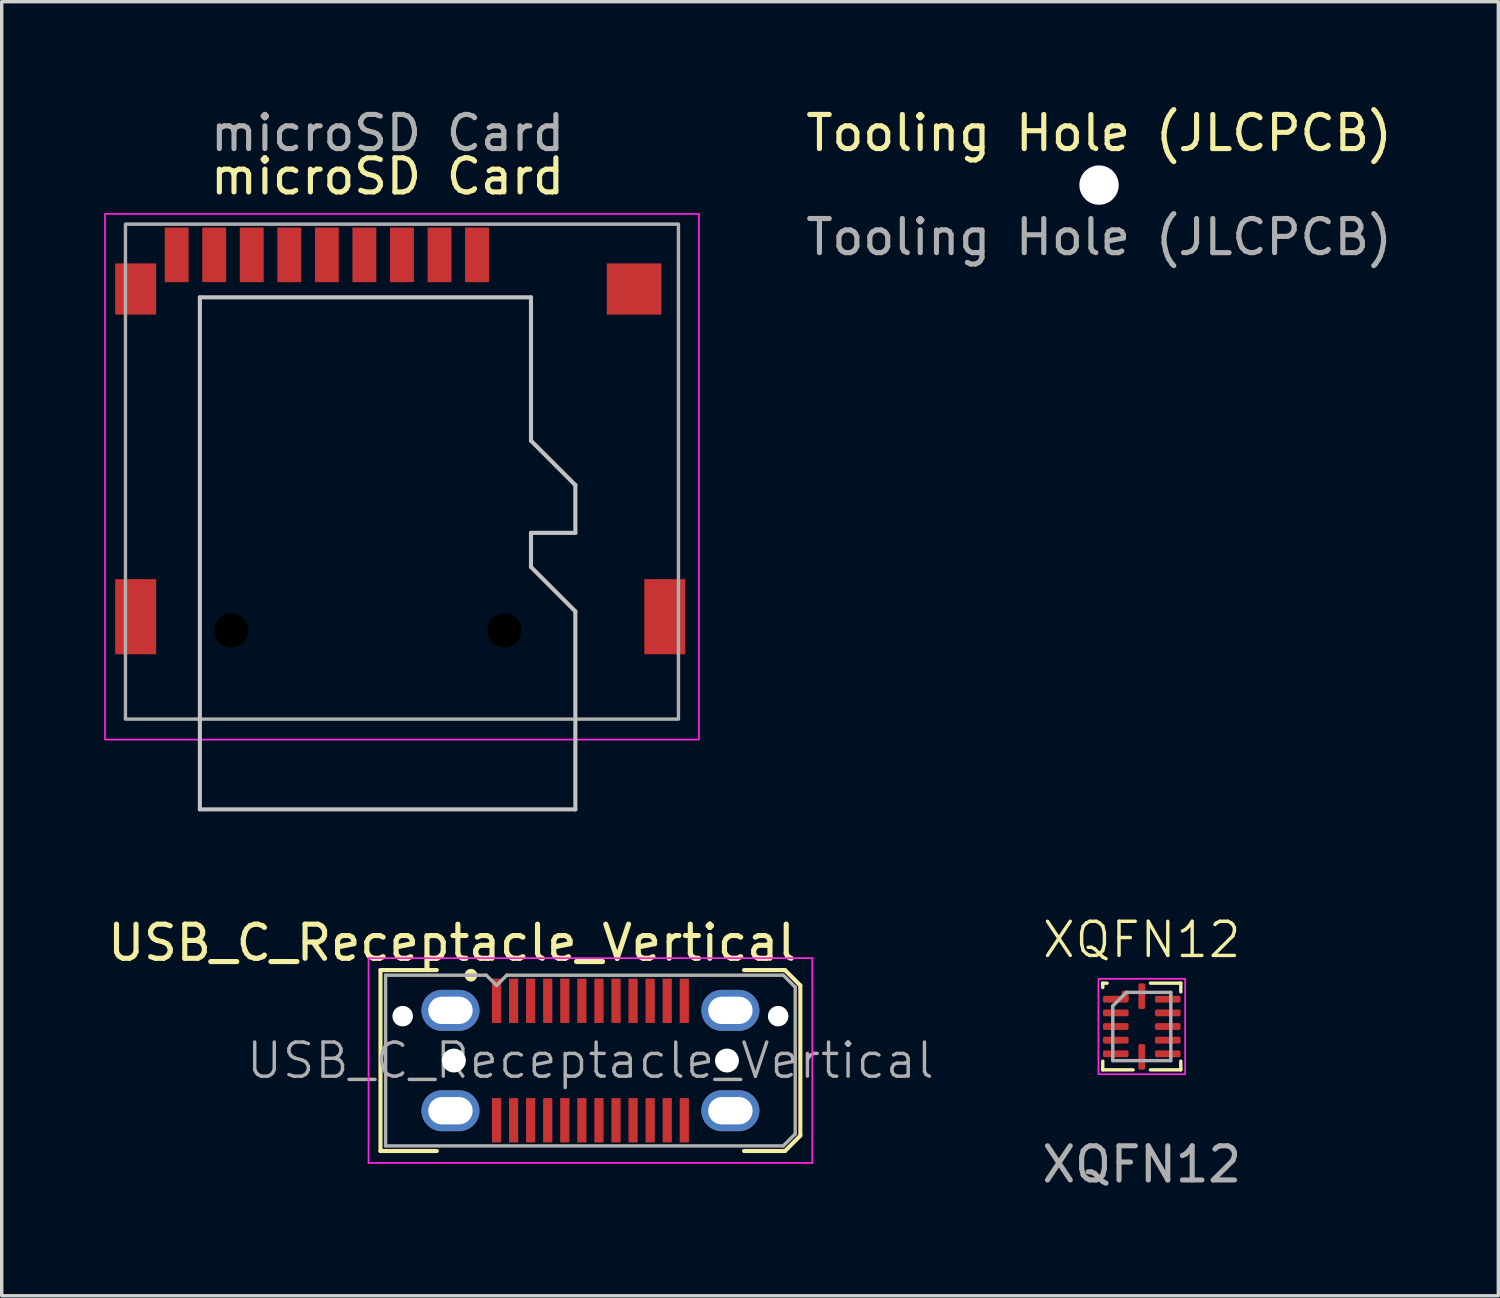
<source format=kicad_pcb>
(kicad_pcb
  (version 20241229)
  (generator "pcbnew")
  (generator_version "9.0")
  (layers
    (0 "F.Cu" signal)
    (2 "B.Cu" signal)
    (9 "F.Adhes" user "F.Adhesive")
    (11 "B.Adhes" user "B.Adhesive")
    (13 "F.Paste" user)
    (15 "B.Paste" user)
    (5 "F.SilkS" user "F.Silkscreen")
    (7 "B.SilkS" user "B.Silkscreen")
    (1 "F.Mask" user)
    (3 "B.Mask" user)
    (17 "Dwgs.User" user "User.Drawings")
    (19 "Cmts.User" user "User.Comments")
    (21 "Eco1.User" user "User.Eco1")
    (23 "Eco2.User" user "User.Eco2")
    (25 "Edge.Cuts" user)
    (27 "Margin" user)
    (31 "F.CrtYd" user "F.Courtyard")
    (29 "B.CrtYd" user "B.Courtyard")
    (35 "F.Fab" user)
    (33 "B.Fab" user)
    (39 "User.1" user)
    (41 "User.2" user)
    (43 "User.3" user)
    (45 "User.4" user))
  (footprint "USB_C_Receptacle_Vertical"
    (layer "F.Cu")
    (at 14.246 28.018)
    (property "Reference" "USB_C_Receptacle_Vertical" (at -4.05 -3.45 0) (layer "F.SilkS") (effects (font (size 1 1) (thickness 0.15))))
    (attr smd)
    (fp_line (start -6.15 -2.65) (end -6.15 2.65) (stroke (width 0.12) (type solid)) (layer "F.SilkS"))
    (fp_line (start -6.15 -2.65) (end -4.5 -2.65) (stroke (width 0.12) (type solid)) (layer "F.SilkS"))
    (fp_line (start -6.15 2.65) (end -4.5 2.65) (stroke (width 0.12) (type solid)) (layer "F.SilkS"))
    (fp_line (start 4.5 -2.65) (end 5.7 -2.65) (stroke (width 0.12) (type solid)) (layer "F.SilkS"))
    (fp_line (start 4.5 2.65) (end 5.7 2.65) (stroke (width 0.12) (type solid)) (layer "F.SilkS"))
    (fp_line (start 5.7 -2.65) (end 6.15 -2.2) (stroke (width 0.12) (type solid)) (layer "F.SilkS"))
    (fp_line (start 5.7 2.65) (end 6.15 2.2) (stroke (width 0.12) (type solid)) (layer "F.SilkS"))
    (fp_line (start 6.15 -2.2) (end 6.15 2.2) (stroke (width 0.12) (type solid)) (layer "F.SilkS"))
    (fp_circle (center -3.5 -2.5) (end -3.388 -2.5) (stroke (width 0.15) (type solid)) (fill no) (layer "F.SilkS"))
    (fp_line (start -6.5 -3) (end 6.5 -3) (stroke (width 0.05) (type solid)) (layer "F.CrtYd"))
    (fp_line (start -6.5 3) (end -6.5 -3) (stroke (width 0.05) (type solid)) (layer "F.CrtYd"))
    (fp_line (start 6.5 -3) (end 6.5 3) (stroke (width 0.05) (type solid)) (layer "F.CrtYd"))
    (fp_line (start 6.5 3) (end -6.5 3) (stroke (width 0.05) (type solid)) (layer "F.CrtYd"))
    (fp_line (start -6 -2.5) (end -3.05 -2.5) (stroke (width 0.1) (type solid)) (layer "F.Fab"))
    (fp_line (start -6 2.5) (end -6 -2.5) (stroke (width 0.1) (type solid)) (layer "F.Fab"))
    (fp_line (start -6 2.5) (end 5.65 2.5) (stroke (width 0.1) (type solid)) (layer "F.Fab"))
    (fp_line (start -3.05 -2.5) (end -2.75 -2.2) (stroke (width 0.1) (type solid)) (layer "F.Fab"))
    (fp_line (start -2.75 -2.2) (end -2.45 -2.5) (stroke (width 0.1) (type solid)) (layer "F.Fab"))
    (fp_line (start 5.65 -2.5) (end -2.45 -2.5) (stroke (width 0.1) (type solid)) (layer "F.Fab"))
    (fp_line (start 5.65 -2.5) (end 6 -2.15) (stroke (width 0.1) (type solid)) (layer "F.Fab"))
    (fp_line (start 5.65 2.5) (end 6 2.15) (stroke (width 0.1) (type solid)) (layer "F.Fab"))
    (fp_line (start 6 2.15) (end 6 -2.15) (stroke (width 0.1) (type solid)) (layer "F.Fab"))
    (fp_text user "${REFERENCE}" (at 0 0 0) (layer "F.Fab") (effects (font (size 1 1) (thickness 0.1))))
    (pad "" np_thru_hole circle (at -5.5 -1.3) (size 0.6 0.6) (drill 0.6) (layers "*.Cu" "*.Mask"))
    (pad "" np_thru_hole circle (at -4 0) (size 0.7 0.7) (drill 0.7) (layers "*.Cu" "*.Mask"))
    (pad "" np_thru_hole circle (at 4 0) (size 0.7 0.7) (drill 0.7) (layers "*.Cu" "*.Mask"))
    (pad "" np_thru_hole circle (at 5.5 -1.3) (size 0.6 0.6) (drill 0.6) (layers "*.Cu" "*.Mask"))
    (pad "A1" smd rect (at -2.75 -1.75) (size 0.27 1.3) (layers "F.Cu" "F.Mask" "F.Paste"))
    (pad "A2" smd rect (at -2.25 -1.75) (size 0.27 1.3) (layers "F.Cu" "F.Mask" "F.Paste"))
    (pad "A3" smd rect (at -1.75 -1.75) (size 0.27 1.3) (layers "F.Cu" "F.Mask" "F.Paste"))
    (pad "A4" smd rect (at -1.25 -1.75) (size 0.27 1.3) (layers "F.Cu" "F.Mask" "F.Paste"))
    (pad "A5" smd rect (at -0.75 -1.75) (size 0.27 1.3) (layers "F.Cu" "F.Mask" "F.Paste"))
    (pad "A6" smd rect (at -0.25 -1.75) (size 0.27 1.3) (layers "F.Cu" "F.Mask" "F.Paste"))
    (pad "A7" smd rect (at 0.25 -1.75) (size 0.27 1.3) (layers "F.Cu" "F.Mask" "F.Paste"))
    (pad "A8" smd rect (at 0.75 -1.75) (size 0.27 1.3) (layers "F.Cu" "F.Mask" "F.Paste"))
    (pad "A9" smd rect (at 1.25 -1.75) (size 0.27 1.3) (layers "F.Cu" "F.Mask" "F.Paste"))
    (pad "A10" smd rect (at 1.75 -1.75) (size 0.27 1.3) (layers "F.Cu" "F.Mask" "F.Paste"))
    (pad "A11" smd rect (at 2.25 -1.75) (size 0.27 1.3) (layers "F.Cu" "F.Mask" "F.Paste"))
    (pad "A12" smd rect (at 2.75 -1.75) (size 0.27 1.3) (layers "F.Cu" "F.Mask" "F.Paste"))
    (pad "B1" smd rect (at 2.75 1.75) (size 0.27 1.3) (layers "F.Cu" "F.Mask" "F.Paste"))
    (pad "B2" smd rect (at 2.25 1.75) (size 0.27 1.3) (layers "F.Cu" "F.Mask" "F.Paste"))
    (pad "B3" smd rect (at 1.75 1.75) (size 0.27 1.3) (layers "F.Cu" "F.Mask" "F.Paste"))
    (pad "B4" smd rect (at 1.25 1.75) (size 0.27 1.3) (layers "F.Cu" "F.Mask" "F.Paste"))
    (pad "B5" smd rect (at 0.75 1.75) (size 0.27 1.3) (layers "F.Cu" "F.Mask" "F.Paste"))
    (pad "B6" smd rect (at 0.25 1.75) (size 0.27 1.3) (layers "F.Cu" "F.Mask" "F.Paste"))
    (pad "B7" smd rect (at -0.25 1.75) (size 0.27 1.3) (layers "F.Cu" "F.Mask" "F.Paste"))
    (pad "B8" smd rect (at -0.75 1.75) (size 0.27 1.3) (layers "F.Cu" "F.Mask" "F.Paste"))
    (pad "B9" smd rect (at -1.25 1.75) (size 0.27 1.3) (layers "F.Cu" "F.Mask" "F.Paste"))
    (pad "B10" smd rect (at -1.75 1.75) (size 0.27 1.3) (layers "F.Cu" "F.Mask" "F.Paste"))
    (pad "B11" smd rect (at -2.25 1.75) (size 0.27 1.3) (layers "F.Cu" "F.Mask" "F.Paste"))
    (pad "B12" smd rect (at -2.75 1.75) (size 0.27 1.3) (layers "F.Cu" "F.Mask" "F.Paste"))
    (pad "S1" thru_hole oval (at -4.1 -1.47 90) (size 1.2 1.7) (drill oval 0.8 1.3) (layers "*.Cu" "*.Mask"))
    (pad "S1" thru_hole oval (at -4.1 1.47 90) (size 1.2 1.7) (drill oval 0.8 1.3) (layers "*.Cu" "*.Mask"))
    (pad "S1" thru_hole oval (at 4.1 -1.47 90) (size 1.2 1.7) (drill oval 0.8 1.3) (layers "*.Cu" "*.Mask"))
    (pad "S1" thru_hole oval (at 4.1 1.47 90) (size 1.2 1.7) (drill oval 0.8 1.3) (layers "*.Cu" "*.Mask")))
  (footprint "Tooling Hole (JLCPCB)"
    (layer "F.Cu")
    (at 29.146 2.372)
    (property "Reference" "Tooling Hole (JLCPCB)" (at 0 -1.524 0) (unlocked yes) (layer "F.SilkS") (effects (font (size 1 1) (thickness 0.15))))
    (attr through_hole)
    (fp_text user "${REFERENCE}" (at 0 1.524 0) (unlocked yes) (layer "F.Fab") (effects (font (size 1 1) (thickness 0.15))))
    (pad "" np_thru_hole circle (at 0 0) (size 1.152 1.152) (drill 1.152) (layers "*.Cu" "*.Mask")))
  (footprint "XQFN12"
    (layer "F.Cu")
    (at 30.398 27.021)
    (property "Reference" "XQFN12" (at 0 -2.54 0) (unlocked yes) (layer "F.SilkS") (effects (font (size 1 1) (thickness 0.1))))
    (attr smd)
    (fp_line (start -1.143 -1.27) (end -1.016 -1.27) (stroke (width 0.1) (type default)) (layer "F.SilkS"))
    (fp_line (start -1.143 -1.143) (end -1.143 -1.27) (stroke (width 0.1) (type default)) (layer "F.SilkS"))
    (fp_line (start -1.143 1.016) (end -1.143 1.27) (stroke (width 0.1) (type default)) (layer "F.SilkS"))
    (fp_line (start -1.143 1.27) (end -0.254 1.27) (stroke (width 0.1) (type default)) (layer "F.SilkS"))
    (fp_line (start 0.254 1.27) (end 1.143 1.27) (stroke (width 0.1) (type default)) (layer "F.SilkS"))
    (fp_line (start 1.143 -1.27) (end 0.254 -1.27) (stroke (width 0.1) (type default)) (layer "F.SilkS"))
    (fp_line (start 1.143 -1.016) (end 1.143 -1.27) (stroke (width 0.1) (type default)) (layer "F.SilkS"))
    (fp_line (start 1.143 1.27) (end 1.143 1.016) (stroke (width 0.1) (type default)) (layer "F.SilkS"))
    (fp_rect (start -1.27 -1.397) (end 1.27 1.397) (stroke (width 0.05) (type default)) (fill no) (layer "F.CrtYd"))
    (fp_line (start -0.85 1) (end -0.85 -0.6) (stroke (width 0.1) (type default)) (layer "F.Fab"))
    (fp_line (start -0.45 -1) (end -0.85 -0.6) (stroke (width 0.1) (type default)) (layer "F.Fab"))
    (fp_line (start 0.85 -1) (end -0.45 -1) (stroke (width 0.1) (type default)) (layer "F.Fab"))
    (fp_line (start 0.85 -1) (end 0.85 1) (stroke (width 0.1) (type default)) (layer "F.Fab"))
    (fp_line (start 0.85 1) (end -0.85 1) (stroke (width 0.1) (type default)) (layer "F.Fab"))
    (fp_text user "${REFERENCE}" (at 0 4.04 0) (unlocked yes) (layer "F.Fab") (effects (font (size 1 1) (thickness 0.15))))
    (pad "1" smd roundrect (at -0.762 -0.8 90) (size 0.2 0.75) (layers "F.Cu" "F.Mask" "F.Paste") (roundrect_rratio 0.25))
    (pad "1" smd roundrect (at -0.487 -0.9 90) (size 0.3 0.2) (layers "F.Cu" "F.Mask" "F.Paste") (roundrect_rratio 0.25))
    (pad "2" smd roundrect (at -0.762 -0.4 90) (size 0.2 0.75) (layers "F.Cu" "F.Mask" "F.Paste") (roundrect_rratio 0.25))
    (pad "3" smd roundrect (at -0.762 0 90) (size 0.2 0.75) (layers "F.Cu" "F.Mask" "F.Paste") (roundrect_rratio 0.25))
    (pad "4" smd roundrect (at -0.762 0.4 90) (size 0.2 0.75) (layers "F.Cu" "F.Mask" "F.Paste") (roundrect_rratio 0.25))
    (pad "5" smd roundrect (at -0.762 0.8 90) (size 0.2 0.75) (layers "F.Cu" "F.Mask" "F.Paste") (roundrect_rratio 0.25))
    (pad "6" smd roundrect (at 0 0.889) (size 0.2 0.75) (layers "F.Cu" "F.Mask" "F.Paste") (roundrect_rratio 0.25))
    (pad "7" smd roundrect (at 0.762 0.8 90) (size 0.2 0.75) (layers "F.Cu" "F.Mask" "F.Paste") (roundrect_rratio 0.25))
    (pad "8" smd roundrect (at 0.762 0.4 90) (size 0.2 0.75) (layers "F.Cu" "F.Mask" "F.Paste") (roundrect_rratio 0.25))
    (pad "9" smd roundrect (at 0.762 0 90) (size 0.2 0.75) (layers "F.Cu" "F.Mask" "F.Paste") (roundrect_rratio 0.25))
    (pad "10" smd roundrect (at 0.762 -0.4 90) (size 0.2 0.75) (layers "F.Cu" "F.Mask" "F.Paste") (roundrect_rratio 0.25))
    (pad "11" smd roundrect (at 0.762 -0.8 90) (size 0.2 0.75) (layers "F.Cu" "F.Mask" "F.Paste") (roundrect_rratio 0.25))
    (pad "12" smd roundrect (at 0 -0.889) (size 0.2 0.75) (layers "F.Cu" "F.Mask" "F.Paste") (roundrect_rratio 0.25)))
  (footprint "microSD Card"
    (layer "F.Cu")
    (at 8.305 13.294)
    (property "Reference" "microSD Card" (at 0 -11.176 0) (unlocked yes) (layer "F.SilkS") (effects (font (size 1 1) (thickness 0.15))))
    (attr smd)
    (fp_line (start -5.5 7.366) (end -5.5 -7.634) (stroke (width 0.12) (type solid)) (layer "Dwgs.User"))
    (fp_line (start -5.5 7.366) (end 5.5 7.366) (stroke (width 0.12) (type solid)) (layer "Dwgs.User"))
    (fp_line (start 4.2 -7.634) (end -5.5 -7.634) (stroke (width 0.12) (type solid)) (layer "Dwgs.User"))
    (fp_line (start 4.2 -7.634) (end 4.2 -3.434) (stroke (width 0.12) (type solid)) (layer "Dwgs.User"))
    (fp_line (start 4.2 -3.434) (end 5.5 -2.134) (stroke (width 0.12) (type solid)) (layer "Dwgs.User"))
    (fp_line (start 4.2 -0.734) (end 4.2 0.266) (stroke (width 0.12) (type solid)) (layer "Dwgs.User"))
    (fp_line (start 4.2 0.266) (end 5.5 1.566) (stroke (width 0.12) (type solid)) (layer "Dwgs.User"))
    (fp_line (start 5.5 -2.134) (end 5.5 -0.734) (stroke (width 0.12) (type solid)) (layer "Dwgs.User"))
    (fp_line (start 5.5 -0.734) (end 4.2 -0.734) (stroke (width 0.12) (type solid)) (layer "Dwgs.User"))
    (fp_line (start 5.5 1.566) (end 5.5 7.366) (stroke (width 0.12) (type solid)) (layer "Dwgs.User"))
    (fp_rect (start -8.28 -10.078) (end 9.12 5.322) (stroke (width 0.05) (type solid)) (fill no) (layer "F.CrtYd"))
    (fp_rect (start -7.68 -9.778) (end 8.52 4.722) (stroke (width 0.1) (type solid)) (fill no) (layer "F.Fab"))
    (fp_text user "${REFERENCE}" (at 0 -12.446 0) (unlocked yes) (layer "F.Fab") (effects (font (size 1 1) (thickness 0.15))))
    (pad "" np_thru_hole circle (at -4.58 2.122) (size 1 1) (drill 1) (layers "*.Mask"))
    (pad "" np_thru_hole circle (at 3.42 2.122) (size 1 1) (drill 1) (layers "*.Mask"))
    (pad "1" smd rect (at 2.62 -8.878) (size 0.7 1.6) (layers "F.Cu" "F.Mask" "F.Paste"))
    (pad "2" smd rect (at 1.52 -8.878) (size 0.7 1.6) (layers "F.Cu" "F.Mask" "F.Paste"))
    (pad "3" smd rect (at 0.42 -8.878) (size 0.7 1.6) (layers "F.Cu" "F.Mask" "F.Paste"))
    (pad "4" smd rect (at -0.68 -8.878) (size 0.7 1.6) (layers "F.Cu" "F.Mask" "F.Paste"))
    (pad "5" smd rect (at -1.78 -8.878) (size 0.7 1.6) (layers "F.Cu" "F.Mask" "F.Paste"))
    (pad "6" smd rect (at -2.88 -8.878) (size 0.7 1.6) (layers "F.Cu" "F.Mask" "F.Paste"))
    (pad "7" smd rect (at -3.98 -8.878) (size 0.7 1.6) (layers "F.Cu" "F.Mask" "F.Paste"))
    (pad "8" smd rect (at -5.08 -8.878) (size 0.7 1.6) (layers "F.Cu" "F.Mask" "F.Paste"))
    (pad "9" smd rect (at -6.18 -8.878) (size 0.7 1.6) (layers "F.Cu" "F.Mask" "F.Paste"))
    (pad "11" smd rect (at -7.38 -7.878) (size 1.2 1.5) (layers "F.Cu" "F.Mask" "F.Paste"))
    (pad "11" smd rect (at -7.38 1.722) (size 1.2 2.2) (layers "F.Cu" "F.Mask" "F.Paste"))
    (pad "11" smd rect (at 7.22 -7.878) (size 1.6 1.5) (layers "F.Cu" "F.Mask" "F.Paste"))
    (pad "11" smd rect (at 8.12 1.722) (size 1.2 2.2) (layers "F.Cu" "F.Mask" "F.Paste")))
  (gr_rect
    (start -3 -3)
    (end 40.843 34.909)
    (stroke (width 0.1) (type default))
    (fill no)
    (layer "Edge.Cuts")))
</source>
